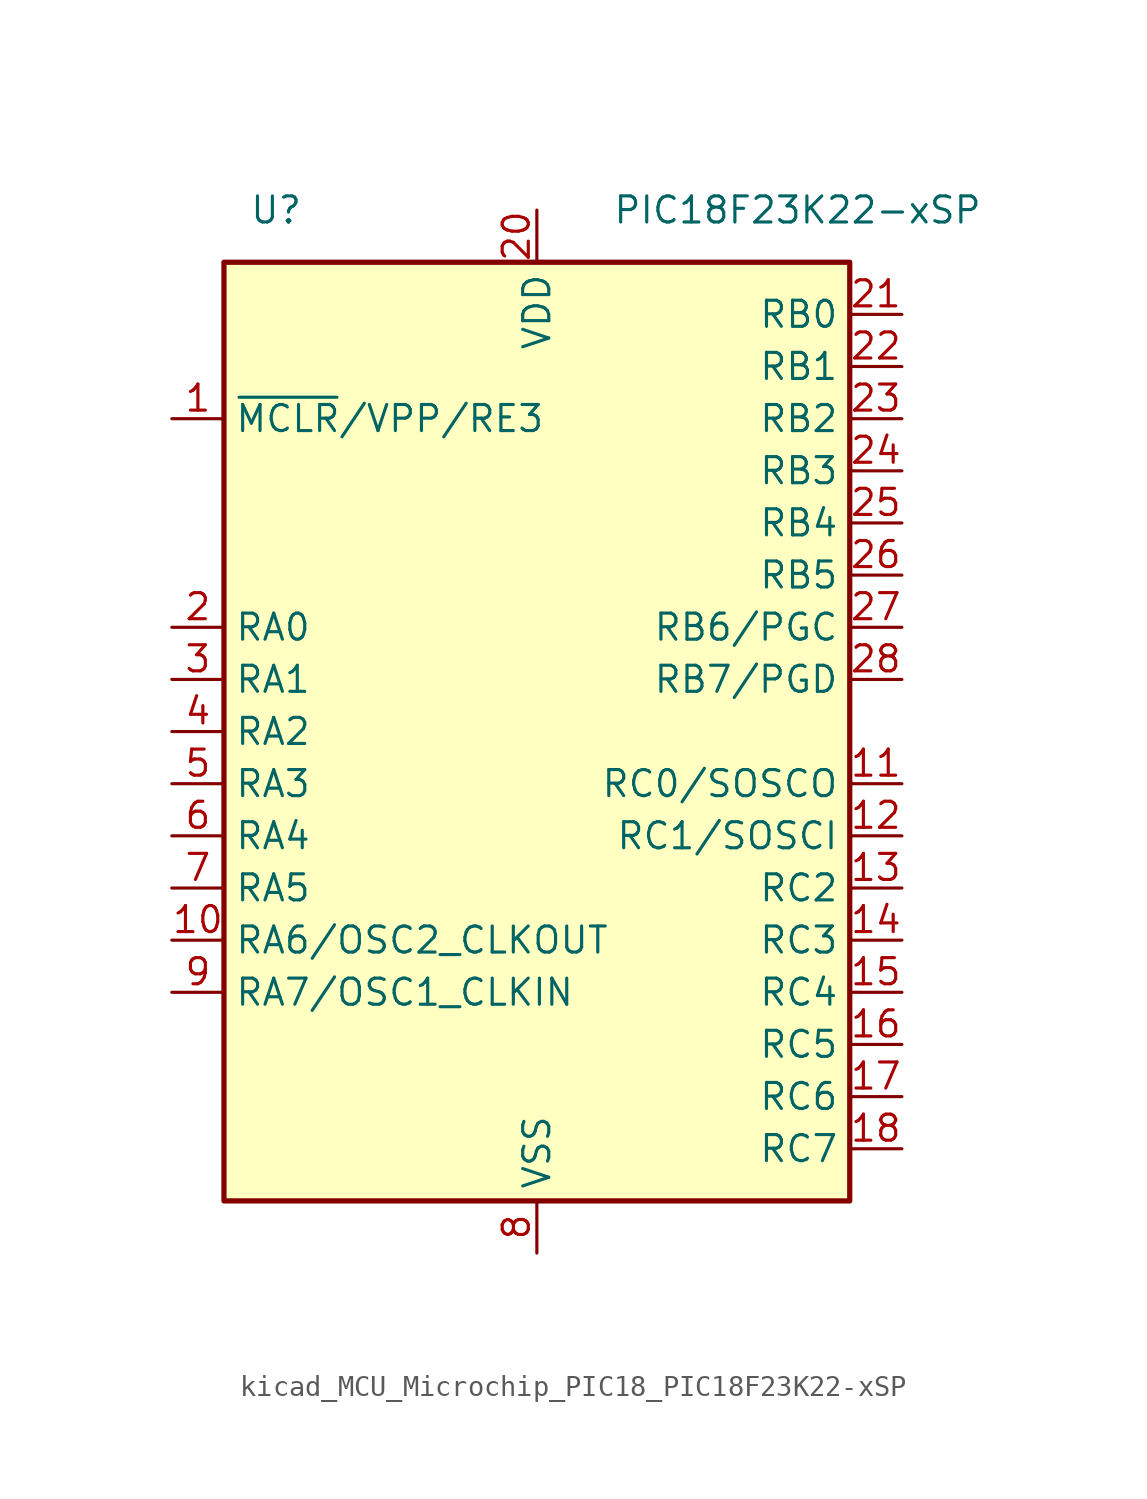
<source format=kicad_sym>
(kicad_symbol_lib
  (version 20220914)
  (generator kicad_symbol_editor)
  (symbol "kicad_MCU_Microchip_PIC18_PIC18F23K22-xSP"
    (property "Reference" "U"
      (at -12.7 25.4 0)
      (effects (font (size 1.27 1.27))))
    (property "Value" "PIC18F23K22-xSP"
      (at 12.7 25.4 0)
      (effects (font (size 1.27 1.27))))
    (symbol "kicad_MCU_Microchip_PIC18_PIC18F23K22-xSP_1_1"
      (rectangle (start -15.24 22.86) (end 15.24 -22.86) (stroke (width 0.254) (type default)) (fill (type background)))
      (pin input line (at -17.78 15.24 0) (length 2.54) (name "~{MCLR}/VPP/RE3" (effects (font (size 1.27 1.27)))) (number "1" (effects (font (size 1.27 1.27)))))
      (pin bidirectional line (at -17.78 -10.16 0) (length 2.54) (name "RA6/OSC2_CLKOUT" (effects (font (size 1.27 1.27)))) (number "10" (effects (font (size 1.27 1.27)))))
      (pin bidirectional line (at 17.78 -2.54 180) (length 2.54) (name "RC0/SOSCO" (effects (font (size 1.27 1.27)))) (number "11" (effects (font (size 1.27 1.27)))))
      (pin bidirectional line (at 17.78 -5.08 180) (length 2.54) (name "RC1/SOSCI" (effects (font (size 1.27 1.27)))) (number "12" (effects (font (size 1.27 1.27)))))
      (pin bidirectional line (at 17.78 -7.62 180) (length 2.54) (name "RC2" (effects (font (size 1.27 1.27)))) (number "13" (effects (font (size 1.27 1.27)))))
      (pin bidirectional line (at 17.78 -10.16 180) (length 2.54) (name "RC3" (effects (font (size 1.27 1.27)))) (number "14" (effects (font (size 1.27 1.27)))))
      (pin bidirectional line (at 17.78 -12.7 180) (length 2.54) (name "RC4" (effects (font (size 1.27 1.27)))) (number "15" (effects (font (size 1.27 1.27)))))
      (pin bidirectional line (at 17.78 -15.24 180) (length 2.54) (name "RC5" (effects (font (size 1.27 1.27)))) (number "16" (effects (font (size 1.27 1.27)))))
      (pin bidirectional line (at 17.78 -17.78 180) (length 2.54) (name "RC6" (effects (font (size 1.27 1.27)))) (number "17" (effects (font (size 1.27 1.27)))))
      (pin bidirectional line (at 17.78 -20.32 180) (length 2.54) (name "RC7" (effects (font (size 1.27 1.27)))) (number "18" (effects (font (size 1.27 1.27)))))
      (pin passive line (at 0 -25.4 90) (length 2.54) hide (name "VSS" (effects (font (size 1.27 1.27)))) (number "19" (effects (font (size 1.27 1.27)))))
      (pin bidirectional line (at -17.78 5.08 0) (length 2.54) (name "RA0" (effects (font (size 1.27 1.27)))) (number "2" (effects (font (size 1.27 1.27)))))
      (pin power_in line (at 0 25.4 270) (length 2.54) (name "VDD" (effects (font (size 1.27 1.27)))) (number "20" (effects (font (size 1.27 1.27)))))
      (pin bidirectional line (at 17.78 20.32 180) (length 2.54) (name "RB0" (effects (font (size 1.27 1.27)))) (number "21" (effects (font (size 1.27 1.27)))))
      (pin bidirectional line (at 17.78 17.78 180) (length 2.54) (name "RB1" (effects (font (size 1.27 1.27)))) (number "22" (effects (font (size 1.27 1.27)))))
      (pin bidirectional line (at 17.78 15.24 180) (length 2.54) (name "RB2" (effects (font (size 1.27 1.27)))) (number "23" (effects (font (size 1.27 1.27)))))
      (pin bidirectional line (at 17.78 12.7 180) (length 2.54) (name "RB3" (effects (font (size 1.27 1.27)))) (number "24" (effects (font (size 1.27 1.27)))))
      (pin bidirectional line (at 17.78 10.16 180) (length 2.54) (name "RB4" (effects (font (size 1.27 1.27)))) (number "25" (effects (font (size 1.27 1.27)))))
      (pin bidirectional line (at 17.78 7.62 180) (length 2.54) (name "RB5" (effects (font (size 1.27 1.27)))) (number "26" (effects (font (size 1.27 1.27)))))
      (pin bidirectional line (at 17.78 5.08 180) (length 2.54) (name "RB6/PGC" (effects (font (size 1.27 1.27)))) (number "27" (effects (font (size 1.27 1.27)))))
      (pin bidirectional line (at 17.78 2.54 180) (length 2.54) (name "RB7/PGD" (effects (font (size 1.27 1.27)))) (number "28" (effects (font (size 1.27 1.27)))))
      (pin bidirectional line (at -17.78 2.54 0) (length 2.54) (name "RA1" (effects (font (size 1.27 1.27)))) (number "3" (effects (font (size 1.27 1.27)))))
      (pin bidirectional line (at -17.78 0 0) (length 2.54) (name "RA2" (effects (font (size 1.27 1.27)))) (number "4" (effects (font (size 1.27 1.27)))))
      (pin bidirectional line (at -17.78 -2.54 0) (length 2.54) (name "RA3" (effects (font (size 1.27 1.27)))) (number "5" (effects (font (size 1.27 1.27)))))
      (pin bidirectional line (at -17.78 -5.08 0) (length 2.54) (name "RA4" (effects (font (size 1.27 1.27)))) (number "6" (effects (font (size 1.27 1.27)))))
      (pin bidirectional line (at -17.78 -7.62 0) (length 2.54) (name "RA5" (effects (font (size 1.27 1.27)))) (number "7" (effects (font (size 1.27 1.27)))))
      (pin power_in line (at 0 -25.4 90) (length 2.54) (name "VSS" (effects (font (size 1.27 1.27)))) (number "8" (effects (font (size 1.27 1.27)))))
      (pin bidirectional line (at -17.78 -12.7 0) (length 2.54) (name "RA7/OSC1_CLKIN" (effects (font (size 1.27 1.27)))) (number "9" (effects (font (size 1.27 1.27))))))))
</source>
